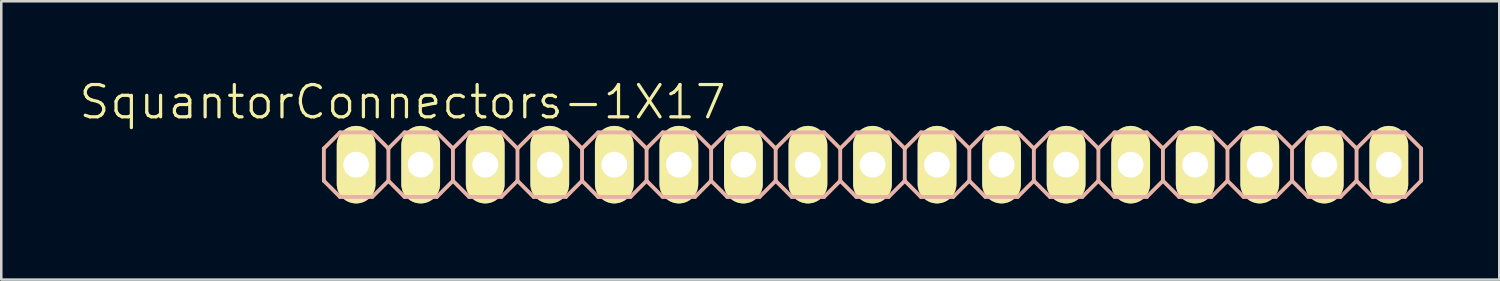
<source format=kicad_pcb>
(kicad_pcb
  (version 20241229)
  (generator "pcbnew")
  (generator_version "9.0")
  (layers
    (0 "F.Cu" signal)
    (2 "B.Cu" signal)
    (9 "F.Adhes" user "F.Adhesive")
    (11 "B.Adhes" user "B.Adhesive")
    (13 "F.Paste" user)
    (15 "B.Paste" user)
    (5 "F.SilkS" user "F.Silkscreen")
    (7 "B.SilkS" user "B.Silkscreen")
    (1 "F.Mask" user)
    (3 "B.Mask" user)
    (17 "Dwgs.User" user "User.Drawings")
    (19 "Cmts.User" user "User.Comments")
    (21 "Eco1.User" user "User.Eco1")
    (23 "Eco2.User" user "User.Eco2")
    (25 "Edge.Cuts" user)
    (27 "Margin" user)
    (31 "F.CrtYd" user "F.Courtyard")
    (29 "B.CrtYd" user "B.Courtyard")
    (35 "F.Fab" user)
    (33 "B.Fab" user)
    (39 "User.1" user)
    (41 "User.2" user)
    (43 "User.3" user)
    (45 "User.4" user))
  (footprint "SquantorConnectors-1X17"
    (layer "F.Cu")
    (at 31.285 3.43)
    (property "Reference" "SquantorConnectors-1X17" (at -18.491 -2.464 0) (layer "F.SilkS") (effects (font (size 1.27 1.27) (thickness 0.127))))
    (attr exclude_from_pos_files exclude_from_bom)
    (fp_line (start -20.574 -0.254) (end -20.066 -0.254) (stroke (width 0.066) (type solid)) (layer "F.SilkS"))
    (fp_line (start -20.574 0.254) (end -20.574 -0.254) (stroke (width 0.066) (type solid)) (layer "F.SilkS"))
    (fp_line (start -20.574 0.254) (end -20.066 0.254) (stroke (width 0.066) (type solid)) (layer "F.SilkS"))
    (fp_line (start -20.066 0.254) (end -20.066 -0.254) (stroke (width 0.066) (type solid)) (layer "F.SilkS"))
    (fp_line (start -18.034 -0.254) (end -17.523 -0.254) (stroke (width 0.066) (type solid)) (layer "F.SilkS"))
    (fp_line (start -18.034 0.254) (end -18.034 -0.254) (stroke (width 0.066) (type solid)) (layer "F.SilkS"))
    (fp_line (start -18.034 0.254) (end -17.523 0.254) (stroke (width 0.066) (type solid)) (layer "F.SilkS"))
    (fp_line (start -17.523 0.254) (end -17.523 -0.254) (stroke (width 0.066) (type solid)) (layer "F.SilkS"))
    (fp_line (start -15.494 -0.254) (end -14.986 -0.254) (stroke (width 0.066) (type solid)) (layer "F.SilkS"))
    (fp_line (start -15.494 0.254) (end -15.494 -0.254) (stroke (width 0.066) (type solid)) (layer "F.SilkS"))
    (fp_line (start -15.494 0.254) (end -14.986 0.254) (stroke (width 0.066) (type solid)) (layer "F.SilkS"))
    (fp_line (start -14.986 0.254) (end -14.986 -0.254) (stroke (width 0.066) (type solid)) (layer "F.SilkS"))
    (fp_line (start -12.954 -0.254) (end -12.446 -0.254) (stroke (width 0.066) (type solid)) (layer "F.SilkS"))
    (fp_line (start -12.954 0.254) (end -12.954 -0.254) (stroke (width 0.066) (type solid)) (layer "F.SilkS"))
    (fp_line (start -12.954 0.254) (end -12.446 0.254) (stroke (width 0.066) (type solid)) (layer "F.SilkS"))
    (fp_line (start -12.446 0.254) (end -12.446 -0.254) (stroke (width 0.066) (type solid)) (layer "F.SilkS"))
    (fp_line (start -10.414 -0.254) (end -9.906 -0.254) (stroke (width 0.066) (type solid)) (layer "F.SilkS"))
    (fp_line (start -10.414 0.254) (end -10.414 -0.254) (stroke (width 0.066) (type solid)) (layer "F.SilkS"))
    (fp_line (start -10.414 0.254) (end -9.906 0.254) (stroke (width 0.066) (type solid)) (layer "F.SilkS"))
    (fp_line (start -9.906 0.254) (end -9.906 -0.254) (stroke (width 0.066) (type solid)) (layer "F.SilkS"))
    (fp_line (start -7.874 -0.254) (end -7.366 -0.254) (stroke (width 0.066) (type solid)) (layer "F.SilkS"))
    (fp_line (start -7.874 0.254) (end -7.874 -0.254) (stroke (width 0.066) (type solid)) (layer "F.SilkS"))
    (fp_line (start -7.874 0.254) (end -7.366 0.254) (stroke (width 0.066) (type solid)) (layer "F.SilkS"))
    (fp_line (start -7.366 0.254) (end -7.366 -0.254) (stroke (width 0.066) (type solid)) (layer "F.SilkS"))
    (fp_line (start -5.334 -0.254) (end -4.826 -0.254) (stroke (width 0.066) (type solid)) (layer "F.SilkS"))
    (fp_line (start -5.334 0.254) (end -5.334 -0.254) (stroke (width 0.066) (type solid)) (layer "F.SilkS"))
    (fp_line (start -5.334 0.254) (end -4.826 0.254) (stroke (width 0.066) (type solid)) (layer "F.SilkS"))
    (fp_line (start -4.826 0.254) (end -4.826 -0.254) (stroke (width 0.066) (type solid)) (layer "F.SilkS"))
    (fp_line (start -2.794 -0.254) (end -2.286 -0.254) (stroke (width 0.066) (type solid)) (layer "F.SilkS"))
    (fp_line (start -2.794 0.254) (end -2.794 -0.254) (stroke (width 0.066) (type solid)) (layer "F.SilkS"))
    (fp_line (start -2.794 0.254) (end -2.286 0.254) (stroke (width 0.066) (type solid)) (layer "F.SilkS"))
    (fp_line (start -2.286 0.254) (end -2.286 -0.254) (stroke (width 0.066) (type solid)) (layer "F.SilkS"))
    (fp_line (start -0.254 -0.254) (end 0.254 -0.254) (stroke (width 0.066) (type solid)) (layer "F.SilkS"))
    (fp_line (start -0.254 0.254) (end -0.254 -0.254) (stroke (width 0.066) (type solid)) (layer "F.SilkS"))
    (fp_line (start -0.254 0.254) (end 0.254 0.254) (stroke (width 0.066) (type solid)) (layer "F.SilkS"))
    (fp_line (start 0.254 0.254) (end 0.254 -0.254) (stroke (width 0.066) (type solid)) (layer "F.SilkS"))
    (fp_line (start 2.286 -0.254) (end 2.794 -0.254) (stroke (width 0.066) (type solid)) (layer "F.SilkS"))
    (fp_line (start 2.286 0.254) (end 2.286 -0.254) (stroke (width 0.066) (type solid)) (layer "F.SilkS"))
    (fp_line (start 2.286 0.254) (end 2.794 0.254) (stroke (width 0.066) (type solid)) (layer "F.SilkS"))
    (fp_line (start 2.794 0.254) (end 2.794 -0.254) (stroke (width 0.066) (type solid)) (layer "F.SilkS"))
    (fp_line (start 4.826 -0.254) (end 5.334 -0.254) (stroke (width 0.066) (type solid)) (layer "F.SilkS"))
    (fp_line (start 4.826 0.254) (end 4.826 -0.254) (stroke (width 0.066) (type solid)) (layer "F.SilkS"))
    (fp_line (start 4.826 0.254) (end 5.334 0.254) (stroke (width 0.066) (type solid)) (layer "F.SilkS"))
    (fp_line (start 5.334 0.254) (end 5.334 -0.254) (stroke (width 0.066) (type solid)) (layer "F.SilkS"))
    (fp_line (start 7.366 -0.254) (end 7.874 -0.254) (stroke (width 0.066) (type solid)) (layer "F.SilkS"))
    (fp_line (start 7.366 0.254) (end 7.366 -0.254) (stroke (width 0.066) (type solid)) (layer "F.SilkS"))
    (fp_line (start 7.366 0.254) (end 7.874 0.254) (stroke (width 0.066) (type solid)) (layer "F.SilkS"))
    (fp_line (start 7.874 0.254) (end 7.874 -0.254) (stroke (width 0.066) (type solid)) (layer "F.SilkS"))
    (fp_line (start 9.906 -0.254) (end 10.414 -0.254) (stroke (width 0.066) (type solid)) (layer "F.SilkS"))
    (fp_line (start 9.906 0.254) (end 9.906 -0.254) (stroke (width 0.066) (type solid)) (layer "F.SilkS"))
    (fp_line (start 9.906 0.254) (end 10.414 0.254) (stroke (width 0.066) (type solid)) (layer "F.SilkS"))
    (fp_line (start 10.414 0.254) (end 10.414 -0.254) (stroke (width 0.066) (type solid)) (layer "F.SilkS"))
    (fp_line (start 12.446 -0.254) (end 12.954 -0.254) (stroke (width 0.066) (type solid)) (layer "F.SilkS"))
    (fp_line (start 12.446 0.254) (end 12.446 -0.254) (stroke (width 0.066) (type solid)) (layer "F.SilkS"))
    (fp_line (start 12.446 0.254) (end 12.954 0.254) (stroke (width 0.066) (type solid)) (layer "F.SilkS"))
    (fp_line (start 12.954 0.254) (end 12.954 -0.254) (stroke (width 0.066) (type solid)) (layer "F.SilkS"))
    (fp_line (start 14.986 -0.254) (end 15.494 -0.254) (stroke (width 0.066) (type solid)) (layer "F.SilkS"))
    (fp_line (start 14.986 0.254) (end 14.986 -0.254) (stroke (width 0.066) (type solid)) (layer "F.SilkS"))
    (fp_line (start 14.986 0.254) (end 15.494 0.254) (stroke (width 0.066) (type solid)) (layer "F.SilkS"))
    (fp_line (start 15.494 0.254) (end 15.494 -0.254) (stroke (width 0.066) (type solid)) (layer "F.SilkS"))
    (fp_line (start 17.523 -0.254) (end 18.034 -0.254) (stroke (width 0.066) (type solid)) (layer "F.SilkS"))
    (fp_line (start 17.523 0.254) (end 17.523 -0.254) (stroke (width 0.066) (type solid)) (layer "F.SilkS"))
    (fp_line (start 17.523 0.254) (end 18.034 0.254) (stroke (width 0.066) (type solid)) (layer "F.SilkS"))
    (fp_line (start 18.034 0.254) (end 18.034 -0.254) (stroke (width 0.066) (type solid)) (layer "F.SilkS"))
    (fp_line (start 20.066 -0.254) (end 20.574 -0.254) (stroke (width 0.066) (type solid)) (layer "F.SilkS"))
    (fp_line (start 20.066 0.254) (end 20.066 -0.254) (stroke (width 0.066) (type solid)) (layer "F.SilkS"))
    (fp_line (start 20.066 0.254) (end 20.574 0.254) (stroke (width 0.066) (type solid)) (layer "F.SilkS"))
    (fp_line (start 20.574 0.254) (end 20.574 -0.254) (stroke (width 0.066) (type solid)) (layer "F.SilkS"))
    (fp_line (start -21.59 -0.635) (end -21.59 0.635) (stroke (width 0.152) (type solid)) (layer "B.SilkS"))
    (fp_line (start -21.59 0.635) (end -20.955 1.27) (stroke (width 0.152) (type solid)) (layer "B.SilkS"))
    (fp_line (start -20.955 -1.27) (end -21.59 -0.635) (stroke (width 0.152) (type solid)) (layer "B.SilkS"))
    (fp_line (start -20.955 -1.27) (end -19.685 -1.27) (stroke (width 0.152) (type solid)) (layer "B.SilkS"))
    (fp_line (start -19.685 -1.27) (end -19.05 -0.635) (stroke (width 0.152) (type solid)) (layer "B.SilkS"))
    (fp_line (start -19.685 1.27) (end -20.955 1.27) (stroke (width 0.152) (type solid)) (layer "B.SilkS"))
    (fp_line (start -19.05 -0.635) (end -19.05 0.635) (stroke (width 0.152) (type solid)) (layer "B.SilkS"))
    (fp_line (start -19.05 -0.635) (end -18.415 -1.27) (stroke (width 0.152) (type solid)) (layer "B.SilkS"))
    (fp_line (start -19.05 0.635) (end -19.685 1.27) (stroke (width 0.152) (type solid)) (layer "B.SilkS"))
    (fp_line (start -18.415 -1.27) (end -17.145 -1.27) (stroke (width 0.152) (type solid)) (layer "B.SilkS"))
    (fp_line (start -18.415 1.27) (end -19.05 0.635) (stroke (width 0.152) (type solid)) (layer "B.SilkS"))
    (fp_line (start -17.145 -1.27) (end -16.51 -0.635) (stroke (width 0.152) (type solid)) (layer "B.SilkS"))
    (fp_line (start -17.145 1.27) (end -18.415 1.27) (stroke (width 0.152) (type solid)) (layer "B.SilkS"))
    (fp_line (start -16.51 -0.635) (end -16.51 0.635) (stroke (width 0.152) (type solid)) (layer "B.SilkS"))
    (fp_line (start -16.51 -0.635) (end -15.875 -1.27) (stroke (width 0.152) (type solid)) (layer "B.SilkS"))
    (fp_line (start -16.51 0.635) (end -17.145 1.27) (stroke (width 0.152) (type solid)) (layer "B.SilkS"))
    (fp_line (start -15.875 -1.27) (end -14.605 -1.27) (stroke (width 0.152) (type solid)) (layer "B.SilkS"))
    (fp_line (start -15.875 1.27) (end -16.51 0.635) (stroke (width 0.152) (type solid)) (layer "B.SilkS"))
    (fp_line (start -14.605 -1.27) (end -13.97 -0.635) (stroke (width 0.152) (type solid)) (layer "B.SilkS"))
    (fp_line (start -14.605 1.27) (end -15.875 1.27) (stroke (width 0.152) (type solid)) (layer "B.SilkS"))
    (fp_line (start -13.97 -0.635) (end -13.97 0.635) (stroke (width 0.152) (type solid)) (layer "B.SilkS"))
    (fp_line (start -13.97 0.635) (end -14.605 1.27) (stroke (width 0.152) (type solid)) (layer "B.SilkS"))
    (fp_line (start -13.97 0.635) (end -13.335 1.27) (stroke (width 0.152) (type solid)) (layer "B.SilkS"))
    (fp_line (start -13.335 -1.27) (end -13.97 -0.635) (stroke (width 0.152) (type solid)) (layer "B.SilkS"))
    (fp_line (start -13.335 -1.27) (end -12.065 -1.27) (stroke (width 0.152) (type solid)) (layer "B.SilkS"))
    (fp_line (start -12.065 -1.27) (end -11.43 -0.635) (stroke (width 0.152) (type solid)) (layer "B.SilkS"))
    (fp_line (start -12.065 1.27) (end -13.335 1.27) (stroke (width 0.152) (type solid)) (layer "B.SilkS"))
    (fp_line (start -11.43 -0.635) (end -11.43 0.635) (stroke (width 0.152) (type solid)) (layer "B.SilkS"))
    (fp_line (start -11.43 -0.635) (end -10.795 -1.27) (stroke (width 0.152) (type solid)) (layer "B.SilkS"))
    (fp_line (start -11.43 0.635) (end -12.065 1.27) (stroke (width 0.152) (type solid)) (layer "B.SilkS"))
    (fp_line (start -10.795 -1.27) (end -9.525 -1.27) (stroke (width 0.152) (type solid)) (layer "B.SilkS"))
    (fp_line (start -10.795 1.27) (end -11.43 0.635) (stroke (width 0.152) (type solid)) (layer "B.SilkS"))
    (fp_line (start -9.525 -1.27) (end -8.89 -0.635) (stroke (width 0.152) (type solid)) (layer "B.SilkS"))
    (fp_line (start -9.525 1.27) (end -10.795 1.27) (stroke (width 0.152) (type solid)) (layer "B.SilkS"))
    (fp_line (start -8.89 -0.635) (end -8.89 0.635) (stroke (width 0.152) (type solid)) (layer "B.SilkS"))
    (fp_line (start -8.89 -0.635) (end -8.255 -1.27) (stroke (width 0.152) (type solid)) (layer "B.SilkS"))
    (fp_line (start -8.89 0.635) (end -9.525 1.27) (stroke (width 0.152) (type solid)) (layer "B.SilkS"))
    (fp_line (start -8.255 -1.27) (end -6.985 -1.27) (stroke (width 0.152) (type solid)) (layer "B.SilkS"))
    (fp_line (start -8.255 1.27) (end -8.89 0.635) (stroke (width 0.152) (type solid)) (layer "B.SilkS"))
    (fp_line (start -6.985 -1.27) (end -6.35 -0.635) (stroke (width 0.152) (type solid)) (layer "B.SilkS"))
    (fp_line (start -6.985 1.27) (end -8.255 1.27) (stroke (width 0.152) (type solid)) (layer "B.SilkS"))
    (fp_line (start -6.35 -0.635) (end -6.35 0.635) (stroke (width 0.152) (type solid)) (layer "B.SilkS"))
    (fp_line (start -6.35 0.635) (end -6.985 1.27) (stroke (width 0.152) (type solid)) (layer "B.SilkS"))
    (fp_line (start -6.35 0.635) (end -5.715 1.27) (stroke (width 0.152) (type solid)) (layer "B.SilkS"))
    (fp_line (start -5.715 -1.27) (end -6.35 -0.635) (stroke (width 0.152) (type solid)) (layer "B.SilkS"))
    (fp_line (start -5.715 -1.27) (end -4.445 -1.27) (stroke (width 0.152) (type solid)) (layer "B.SilkS"))
    (fp_line (start -4.445 -1.27) (end -3.81 -0.635) (stroke (width 0.152) (type solid)) (layer "B.SilkS"))
    (fp_line (start -4.445 1.27) (end -5.715 1.27) (stroke (width 0.152) (type solid)) (layer "B.SilkS"))
    (fp_line (start -3.81 -0.635) (end -3.81 0.635) (stroke (width 0.152) (type solid)) (layer "B.SilkS"))
    (fp_line (start -3.81 -0.635) (end -3.175 -1.27) (stroke (width 0.152) (type solid)) (layer "B.SilkS"))
    (fp_line (start -3.81 0.635) (end -4.445 1.27) (stroke (width 0.152) (type solid)) (layer "B.SilkS"))
    (fp_line (start -3.175 -1.27) (end -1.905 -1.27) (stroke (width 0.152) (type solid)) (layer "B.SilkS"))
    (fp_line (start -3.175 1.27) (end -3.81 0.635) (stroke (width 0.152) (type solid)) (layer "B.SilkS"))
    (fp_line (start -1.905 -1.27) (end -1.27 -0.635) (stroke (width 0.152) (type solid)) (layer "B.SilkS"))
    (fp_line (start -1.905 1.27) (end -3.175 1.27) (stroke (width 0.152) (type solid)) (layer "B.SilkS"))
    (fp_line (start -1.27 -0.635) (end -1.27 0.635) (stroke (width 0.152) (type solid)) (layer "B.SilkS"))
    (fp_line (start -1.27 -0.635) (end -0.635 -1.27) (stroke (width 0.152) (type solid)) (layer "B.SilkS"))
    (fp_line (start -1.27 0.635) (end -1.905 1.27) (stroke (width 0.152) (type solid)) (layer "B.SilkS"))
    (fp_line (start -0.635 -1.27) (end 0.635 -1.27) (stroke (width 0.152) (type solid)) (layer "B.SilkS"))
    (fp_line (start -0.635 1.27) (end -1.27 0.635) (stroke (width 0.152) (type solid)) (layer "B.SilkS"))
    (fp_line (start 0.635 -1.27) (end 1.27 -0.635) (stroke (width 0.152) (type solid)) (layer "B.SilkS"))
    (fp_line (start 0.635 1.27) (end -0.635 1.27) (stroke (width 0.152) (type solid)) (layer "B.SilkS"))
    (fp_line (start 1.27 -0.635) (end 1.27 0.635) (stroke (width 0.152) (type solid)) (layer "B.SilkS"))
    (fp_line (start 1.27 0.635) (end 0.635 1.27) (stroke (width 0.152) (type solid)) (layer "B.SilkS"))
    (fp_line (start 1.27 0.635) (end 1.905 1.27) (stroke (width 0.152) (type solid)) (layer "B.SilkS"))
    (fp_line (start 1.905 -1.27) (end 1.27 -0.635) (stroke (width 0.152) (type solid)) (layer "B.SilkS"))
    (fp_line (start 1.905 -1.27) (end 3.175 -1.27) (stroke (width 0.152) (type solid)) (layer "B.SilkS"))
    (fp_line (start 3.175 -1.27) (end 3.81 -0.635) (stroke (width 0.152) (type solid)) (layer "B.SilkS"))
    (fp_line (start 3.175 1.27) (end 1.905 1.27) (stroke (width 0.152) (type solid)) (layer "B.SilkS"))
    (fp_line (start 3.81 -0.635) (end 3.81 0.635) (stroke (width 0.152) (type solid)) (layer "B.SilkS"))
    (fp_line (start 3.81 -0.635) (end 4.445 -1.27) (stroke (width 0.152) (type solid)) (layer "B.SilkS"))
    (fp_line (start 3.81 0.635) (end 3.175 1.27) (stroke (width 0.152) (type solid)) (layer "B.SilkS"))
    (fp_line (start 4.445 -1.27) (end 5.715 -1.27) (stroke (width 0.152) (type solid)) (layer "B.SilkS"))
    (fp_line (start 4.445 1.27) (end 3.81 0.635) (stroke (width 0.152) (type solid)) (layer "B.SilkS"))
    (fp_line (start 5.715 -1.27) (end 6.35 -0.635) (stroke (width 0.152) (type solid)) (layer "B.SilkS"))
    (fp_line (start 5.715 1.27) (end 4.445 1.27) (stroke (width 0.152) (type solid)) (layer "B.SilkS"))
    (fp_line (start 6.35 -0.635) (end 6.35 0.635) (stroke (width 0.152) (type solid)) (layer "B.SilkS"))
    (fp_line (start 6.35 -0.635) (end 6.985 -1.27) (stroke (width 0.152) (type solid)) (layer "B.SilkS"))
    (fp_line (start 6.35 0.635) (end 5.715 1.27) (stroke (width 0.152) (type solid)) (layer "B.SilkS"))
    (fp_line (start 6.985 -1.27) (end 8.255 -1.27) (stroke (width 0.152) (type solid)) (layer "B.SilkS"))
    (fp_line (start 6.985 1.27) (end 6.35 0.635) (stroke (width 0.152) (type solid)) (layer "B.SilkS"))
    (fp_line (start 8.255 -1.27) (end 8.89 -0.635) (stroke (width 0.152) (type solid)) (layer "B.SilkS"))
    (fp_line (start 8.255 1.27) (end 6.985 1.27) (stroke (width 0.152) (type solid)) (layer "B.SilkS"))
    (fp_line (start 8.89 -0.635) (end 8.89 0.635) (stroke (width 0.152) (type solid)) (layer "B.SilkS"))
    (fp_line (start 8.89 0.635) (end 8.255 1.27) (stroke (width 0.152) (type solid)) (layer "B.SilkS"))
    (fp_line (start 8.89 0.635) (end 9.525 1.27) (stroke (width 0.152) (type solid)) (layer "B.SilkS"))
    (fp_line (start 9.525 -1.27) (end 8.89 -0.635) (stroke (width 0.152) (type solid)) (layer "B.SilkS"))
    (fp_line (start 9.525 -1.27) (end 10.795 -1.27) (stroke (width 0.152) (type solid)) (layer "B.SilkS"))
    (fp_line (start 10.795 -1.27) (end 11.43 -0.635) (stroke (width 0.152) (type solid)) (layer "B.SilkS"))
    (fp_line (start 10.795 1.27) (end 9.525 1.27) (stroke (width 0.152) (type solid)) (layer "B.SilkS"))
    (fp_line (start 11.43 -0.635) (end 11.43 0.635) (stroke (width 0.152) (type solid)) (layer "B.SilkS"))
    (fp_line (start 11.43 -0.635) (end 12.065 -1.27) (stroke (width 0.152) (type solid)) (layer "B.SilkS"))
    (fp_line (start 11.43 0.635) (end 10.795 1.27) (stroke (width 0.152) (type solid)) (layer "B.SilkS"))
    (fp_line (start 12.065 -1.27) (end 13.335 -1.27) (stroke (width 0.152) (type solid)) (layer "B.SilkS"))
    (fp_line (start 12.065 1.27) (end 11.43 0.635) (stroke (width 0.152) (type solid)) (layer "B.SilkS"))
    (fp_line (start 13.335 -1.27) (end 13.97 -0.635) (stroke (width 0.152) (type solid)) (layer "B.SilkS"))
    (fp_line (start 13.335 1.27) (end 12.065 1.27) (stroke (width 0.152) (type solid)) (layer "B.SilkS"))
    (fp_line (start 13.97 -0.635) (end 13.97 0.635) (stroke (width 0.152) (type solid)) (layer "B.SilkS"))
    (fp_line (start 13.97 -0.635) (end 14.605 -1.27) (stroke (width 0.152) (type solid)) (layer "B.SilkS"))
    (fp_line (start 13.97 0.635) (end 13.335 1.27) (stroke (width 0.152) (type solid)) (layer "B.SilkS"))
    (fp_line (start 14.605 -1.27) (end 15.875 -1.27) (stroke (width 0.152) (type solid)) (layer "B.SilkS"))
    (fp_line (start 14.605 1.27) (end 13.97 0.635) (stroke (width 0.152) (type solid)) (layer "B.SilkS"))
    (fp_line (start 15.875 -1.27) (end 16.51 -0.635) (stroke (width 0.152) (type solid)) (layer "B.SilkS"))
    (fp_line (start 15.875 1.27) (end 14.605 1.27) (stroke (width 0.152) (type solid)) (layer "B.SilkS"))
    (fp_line (start 16.51 -0.635) (end 16.51 0.635) (stroke (width 0.152) (type solid)) (layer "B.SilkS"))
    (fp_line (start 16.51 0.635) (end 15.875 1.27) (stroke (width 0.152) (type solid)) (layer "B.SilkS"))
    (fp_line (start 16.51 0.635) (end 17.145 1.27) (stroke (width 0.152) (type solid)) (layer "B.SilkS"))
    (fp_line (start 17.145 -1.27) (end 16.51 -0.635) (stroke (width 0.152) (type solid)) (layer "B.SilkS"))
    (fp_line (start 17.145 -1.27) (end 18.415 -1.27) (stroke (width 0.152) (type solid)) (layer "B.SilkS"))
    (fp_line (start 18.415 -1.27) (end 19.05 -0.635) (stroke (width 0.152) (type solid)) (layer "B.SilkS"))
    (fp_line (start 18.415 1.27) (end 17.145 1.27) (stroke (width 0.152) (type solid)) (layer "B.SilkS"))
    (fp_line (start 19.05 -0.635) (end 19.05 0.635) (stroke (width 0.152) (type solid)) (layer "B.SilkS"))
    (fp_line (start 19.05 -0.635) (end 19.685 -1.27) (stroke (width 0.152) (type solid)) (layer "B.SilkS"))
    (fp_line (start 19.05 0.635) (end 18.415 1.27) (stroke (width 0.152) (type solid)) (layer "B.SilkS"))
    (fp_line (start 19.685 -1.27) (end 20.955 -1.27) (stroke (width 0.152) (type solid)) (layer "B.SilkS"))
    (fp_line (start 19.685 1.27) (end 19.05 0.635) (stroke (width 0.152) (type solid)) (layer "B.SilkS"))
    (fp_line (start 20.955 -1.27) (end 21.59 -0.635) (stroke (width 0.152) (type solid)) (layer "B.SilkS"))
    (fp_line (start 20.955 1.27) (end 19.685 1.27) (stroke (width 0.152) (type solid)) (layer "B.SilkS"))
    (fp_line (start 21.59 -0.635) (end 21.59 0.635) (stroke (width 0.152) (type solid)) (layer "B.SilkS"))
    (fp_line (start 21.59 0.635) (end 20.955 1.27) (stroke (width 0.152) (type solid)) (layer "B.SilkS"))
    (pad "1" thru_hole oval (at -20.32 0 180) (size 1.524 3.048) (drill 1.016) (layers "*.Cu" "F.Mask" "F.SilkS" "F.Paste"))
    (pad "2" thru_hole oval (at -17.78 0 180) (size 1.524 3.048) (drill 1.016) (layers "*.Cu" "F.Mask" "F.SilkS" "F.Paste"))
    (pad "3" thru_hole oval (at -15.24 0 180) (size 1.524 3.048) (drill 1.016) (layers "*.Cu" "F.Mask" "F.SilkS" "F.Paste"))
    (pad "4" thru_hole oval (at -12.7 0 180) (size 1.524 3.048) (drill 1.016) (layers "*.Cu" "F.Mask" "F.SilkS" "F.Paste"))
    (pad "5" thru_hole oval (at -10.16 0 180) (size 1.524 3.048) (drill 1.016) (layers "*.Cu" "F.Mask" "F.SilkS" "F.Paste"))
    (pad "6" thru_hole oval (at -7.62 0 180) (size 1.524 3.048) (drill 1.016) (layers "*.Cu" "F.Mask" "F.SilkS" "F.Paste"))
    (pad "7" thru_hole oval (at -5.08 0 180) (size 1.524 3.048) (drill 1.016) (layers "*.Cu" "F.Mask" "F.SilkS" "F.Paste"))
    (pad "8" thru_hole oval (at -2.54 0 180) (size 1.524 3.048) (drill 1.016) (layers "*.Cu" "F.Mask" "F.SilkS" "F.Paste"))
    (pad "9" thru_hole oval (at 0 0 180) (size 1.524 3.048) (drill 1.016) (layers "*.Cu" "F.Mask" "F.SilkS" "F.Paste"))
    (pad "10" thru_hole oval (at 2.54 0 180) (size 1.524 3.048) (drill 1.016) (layers "*.Cu" "F.Mask" "F.SilkS" "F.Paste"))
    (pad "11" thru_hole oval (at 5.08 0 180) (size 1.524 3.048) (drill 1.016) (layers "*.Cu" "F.Mask" "F.SilkS" "F.Paste"))
    (pad "12" thru_hole oval (at 7.62 0 180) (size 1.524 3.048) (drill 1.016) (layers "*.Cu" "F.Mask" "F.SilkS" "F.Paste"))
    (pad "13" thru_hole oval (at 10.16 0 180) (size 1.524 3.048) (drill 1.016) (layers "*.Cu" "F.Mask" "F.SilkS" "F.Paste"))
    (pad "14" thru_hole oval (at 12.7 0 180) (size 1.524 3.048) (drill 1.016) (layers "*.Cu" "F.Mask" "F.SilkS" "F.Paste"))
    (pad "15" thru_hole oval (at 15.24 0 180) (size 1.524 3.048) (drill 1.016) (layers "*.Cu" "F.Mask" "F.SilkS" "F.Paste"))
    (pad "16" thru_hole oval (at 17.78 0 180) (size 1.524 3.048) (drill 1.016) (layers "*.Cu" "F.Mask" "F.SilkS" "F.Paste"))
    (pad "17" thru_hole oval (at 20.32 0 180) (size 1.524 3.048) (drill 1.016) (layers "*.Cu" "F.Mask" "F.SilkS" "F.Paste")))
  (gr_rect
    (start -3 -3)
    (end 55.951 7.954)
    (stroke (width 0.1) (type default))
    (fill no)
    (layer "Edge.Cuts")))
</source>
